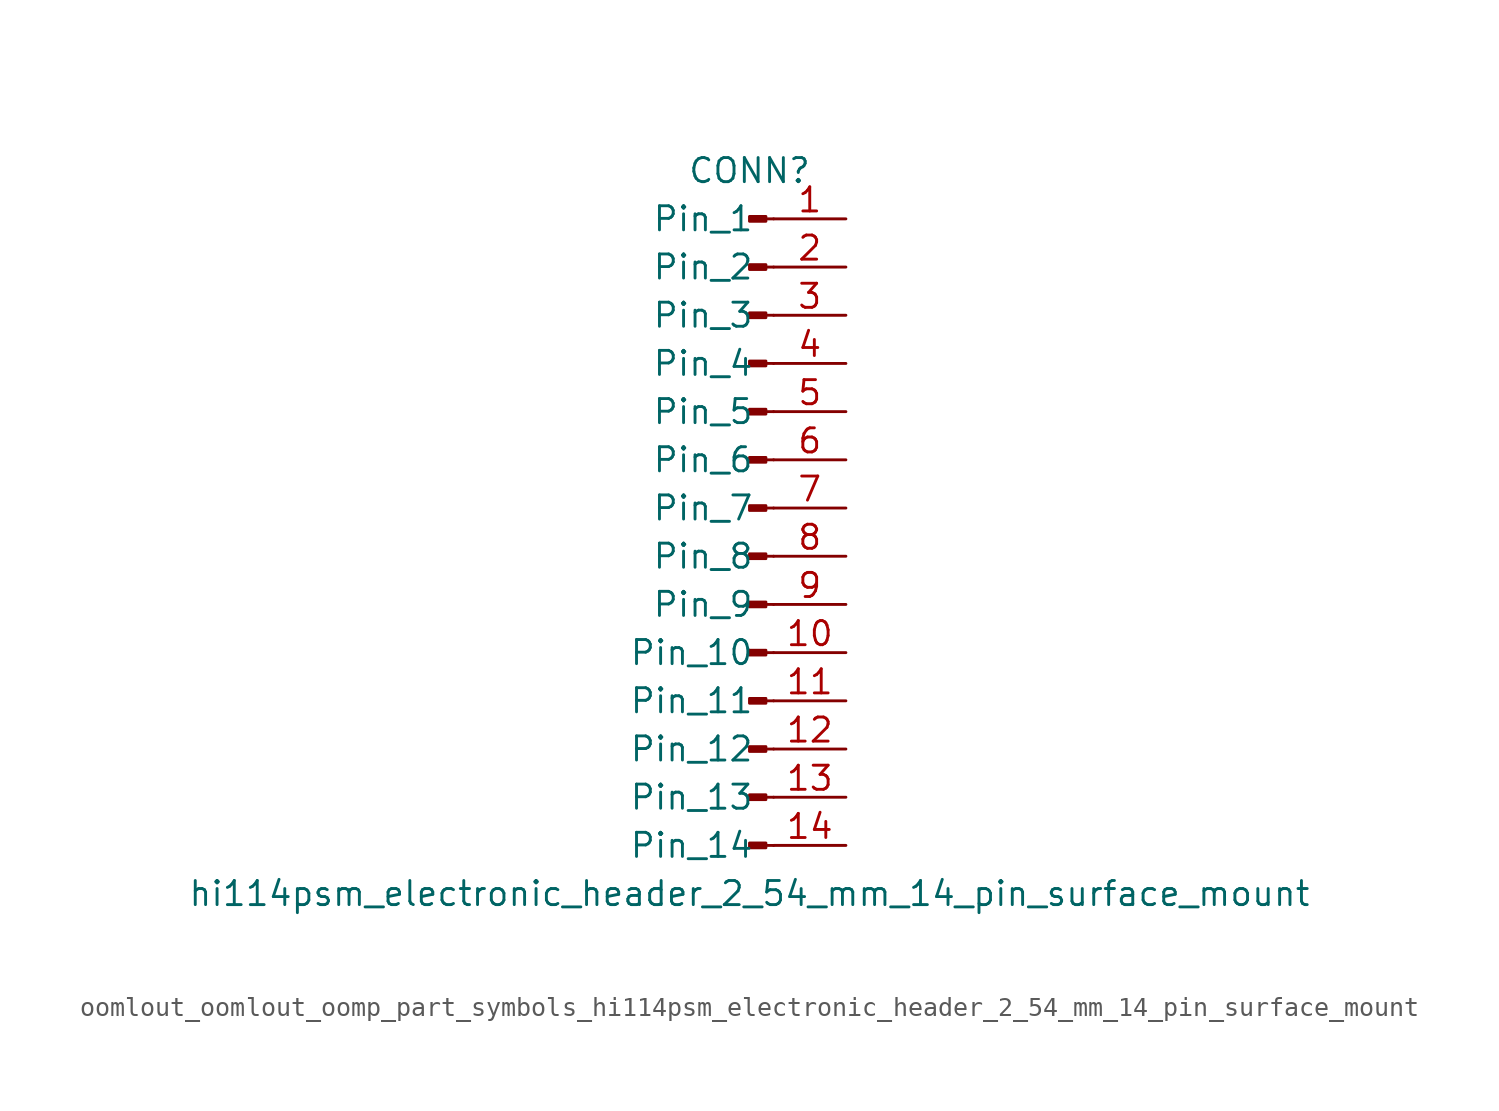
<source format=kicad_sym>
(kicad_symbol_lib
  (version 20220914)
  (generator kicad_symbol_editor)
  (symbol "oomlout_oomlout_oomp_part_symbols_hi114psm_electronic_header_2_54_mm_14_pin_surface_mount"
    (pin_names
      (offset 1.016))
    (property "Reference" "CONN"
      (at 0 17.78 0)
      (effects (font (size 1.27 1.27))))
    (property "Value" "hi114psm_electronic_header_2_54_mm_14_pin_surface_mount"
      (at 0 -20.32 0)
      (effects (font (size 1.27 1.27))))
    (property "ki_locked" ""
      (at 0 0 0)
      (effects (font (size 1.27 1.27))))
    (symbol "oomlout_oomlout_oomp_part_symbols_hi114psm_electronic_header_2_54_mm_14_pin_surface_mount_1_1"
      (polyline (pts (xy 1.27 -17.78) (xy 0.864 -17.78)) (stroke (width 0.152) (type default)) (fill (type none)))
      (polyline (pts (xy 1.27 -15.24) (xy 0.864 -15.24)) (stroke (width 0.152) (type default)) (fill (type none)))
      (polyline (pts (xy 1.27 -12.7) (xy 0.864 -12.7)) (stroke (width 0.152) (type default)) (fill (type none)))
      (polyline (pts (xy 1.27 -10.16) (xy 0.864 -10.16)) (stroke (width 0.152) (type default)) (fill (type none)))
      (polyline (pts (xy 1.27 -7.62) (xy 0.864 -7.62)) (stroke (width 0.152) (type default)) (fill (type none)))
      (polyline (pts (xy 1.27 -5.08) (xy 0.864 -5.08)) (stroke (width 0.152) (type default)) (fill (type none)))
      (polyline (pts (xy 1.27 -2.54) (xy 0.864 -2.54)) (stroke (width 0.152) (type default)) (fill (type none)))
      (polyline (pts (xy 1.27 0) (xy 0.864 0)) (stroke (width 0.152) (type default)) (fill (type none)))
      (polyline (pts (xy 1.27 2.54) (xy 0.864 2.54)) (stroke (width 0.152) (type default)) (fill (type none)))
      (polyline (pts (xy 1.27 5.08) (xy 0.864 5.08)) (stroke (width 0.152) (type default)) (fill (type none)))
      (polyline (pts (xy 1.27 7.62) (xy 0.864 7.62)) (stroke (width 0.152) (type default)) (fill (type none)))
      (polyline (pts (xy 1.27 10.16) (xy 0.864 10.16)) (stroke (width 0.152) (type default)) (fill (type none)))
      (polyline (pts (xy 1.27 12.7) (xy 0.864 12.7)) (stroke (width 0.152) (type default)) (fill (type none)))
      (polyline (pts (xy 1.27 15.24) (xy 0.864 15.24)) (stroke (width 0.152) (type default)) (fill (type none)))
      (rectangle (start 0.864 -17.653) (end 0 -17.907) (stroke (width 0.152) (type default)) (fill (type outline)))
      (rectangle (start 0.864 -15.113) (end 0 -15.367) (stroke (width 0.152) (type default)) (fill (type outline)))
      (rectangle (start 0.864 -12.573) (end 0 -12.827) (stroke (width 0.152) (type default)) (fill (type outline)))
      (rectangle (start 0.864 -10.033) (end 0 -10.287) (stroke (width 0.152) (type default)) (fill (type outline)))
      (rectangle (start 0.864 -7.493) (end 0 -7.747) (stroke (width 0.152) (type default)) (fill (type outline)))
      (rectangle (start 0.864 -4.953) (end 0 -5.207) (stroke (width 0.152) (type default)) (fill (type outline)))
      (rectangle (start 0.864 -2.413) (end 0 -2.667) (stroke (width 0.152) (type default)) (fill (type outline)))
      (rectangle (start 0.864 0.127) (end 0 -0.127) (stroke (width 0.152) (type default)) (fill (type outline)))
      (rectangle (start 0.864 2.667) (end 0 2.413) (stroke (width 0.152) (type default)) (fill (type outline)))
      (rectangle (start 0.864 5.207) (end 0 4.953) (stroke (width 0.152) (type default)) (fill (type outline)))
      (rectangle (start 0.864 7.747) (end 0 7.493) (stroke (width 0.152) (type default)) (fill (type outline)))
      (rectangle (start 0.864 10.287) (end 0 10.033) (stroke (width 0.152) (type default)) (fill (type outline)))
      (rectangle (start 0.864 12.827) (end 0 12.573) (stroke (width 0.152) (type default)) (fill (type outline)))
      (rectangle (start 0.864 15.367) (end 0 15.113) (stroke (width 0.152) (type default)) (fill (type outline)))
      (pin passive line (at 5.08 15.24 180) (length 3.81) (name "Pin_1" (effects (font (size 1.27 1.27)))) (number "1" (effects (font (size 1.27 1.27)))))
      (pin passive line (at 5.08 -7.62 180) (length 3.81) (name "Pin_10" (effects (font (size 1.27 1.27)))) (number "10" (effects (font (size 1.27 1.27)))))
      (pin passive line (at 5.08 -10.16 180) (length 3.81) (name "Pin_11" (effects (font (size 1.27 1.27)))) (number "11" (effects (font (size 1.27 1.27)))))
      (pin passive line (at 5.08 -12.7 180) (length 3.81) (name "Pin_12" (effects (font (size 1.27 1.27)))) (number "12" (effects (font (size 1.27 1.27)))))
      (pin passive line (at 5.08 -15.24 180) (length 3.81) (name "Pin_13" (effects (font (size 1.27 1.27)))) (number "13" (effects (font (size 1.27 1.27)))))
      (pin passive line (at 5.08 -17.78 180) (length 3.81) (name "Pin_14" (effects (font (size 1.27 1.27)))) (number "14" (effects (font (size 1.27 1.27)))))
      (pin passive line (at 5.08 12.7 180) (length 3.81) (name "Pin_2" (effects (font (size 1.27 1.27)))) (number "2" (effects (font (size 1.27 1.27)))))
      (pin passive line (at 5.08 10.16 180) (length 3.81) (name "Pin_3" (effects (font (size 1.27 1.27)))) (number "3" (effects (font (size 1.27 1.27)))))
      (pin passive line (at 5.08 7.62 180) (length 3.81) (name "Pin_4" (effects (font (size 1.27 1.27)))) (number "4" (effects (font (size 1.27 1.27)))))
      (pin passive line (at 5.08 5.08 180) (length 3.81) (name "Pin_5" (effects (font (size 1.27 1.27)))) (number "5" (effects (font (size 1.27 1.27)))))
      (pin passive line (at 5.08 2.54 180) (length 3.81) (name "Pin_6" (effects (font (size 1.27 1.27)))) (number "6" (effects (font (size 1.27 1.27)))))
      (pin passive line (at 5.08 0 180) (length 3.81) (name "Pin_7" (effects (font (size 1.27 1.27)))) (number "7" (effects (font (size 1.27 1.27)))))
      (pin passive line (at 5.08 -2.54 180) (length 3.81) (name "Pin_8" (effects (font (size 1.27 1.27)))) (number "8" (effects (font (size 1.27 1.27)))))
      (pin passive line (at 5.08 -5.08 180) (length 3.81) (name "Pin_9" (effects (font (size 1.27 1.27)))) (number "9" (effects (font (size 1.27 1.27))))))))
</source>
